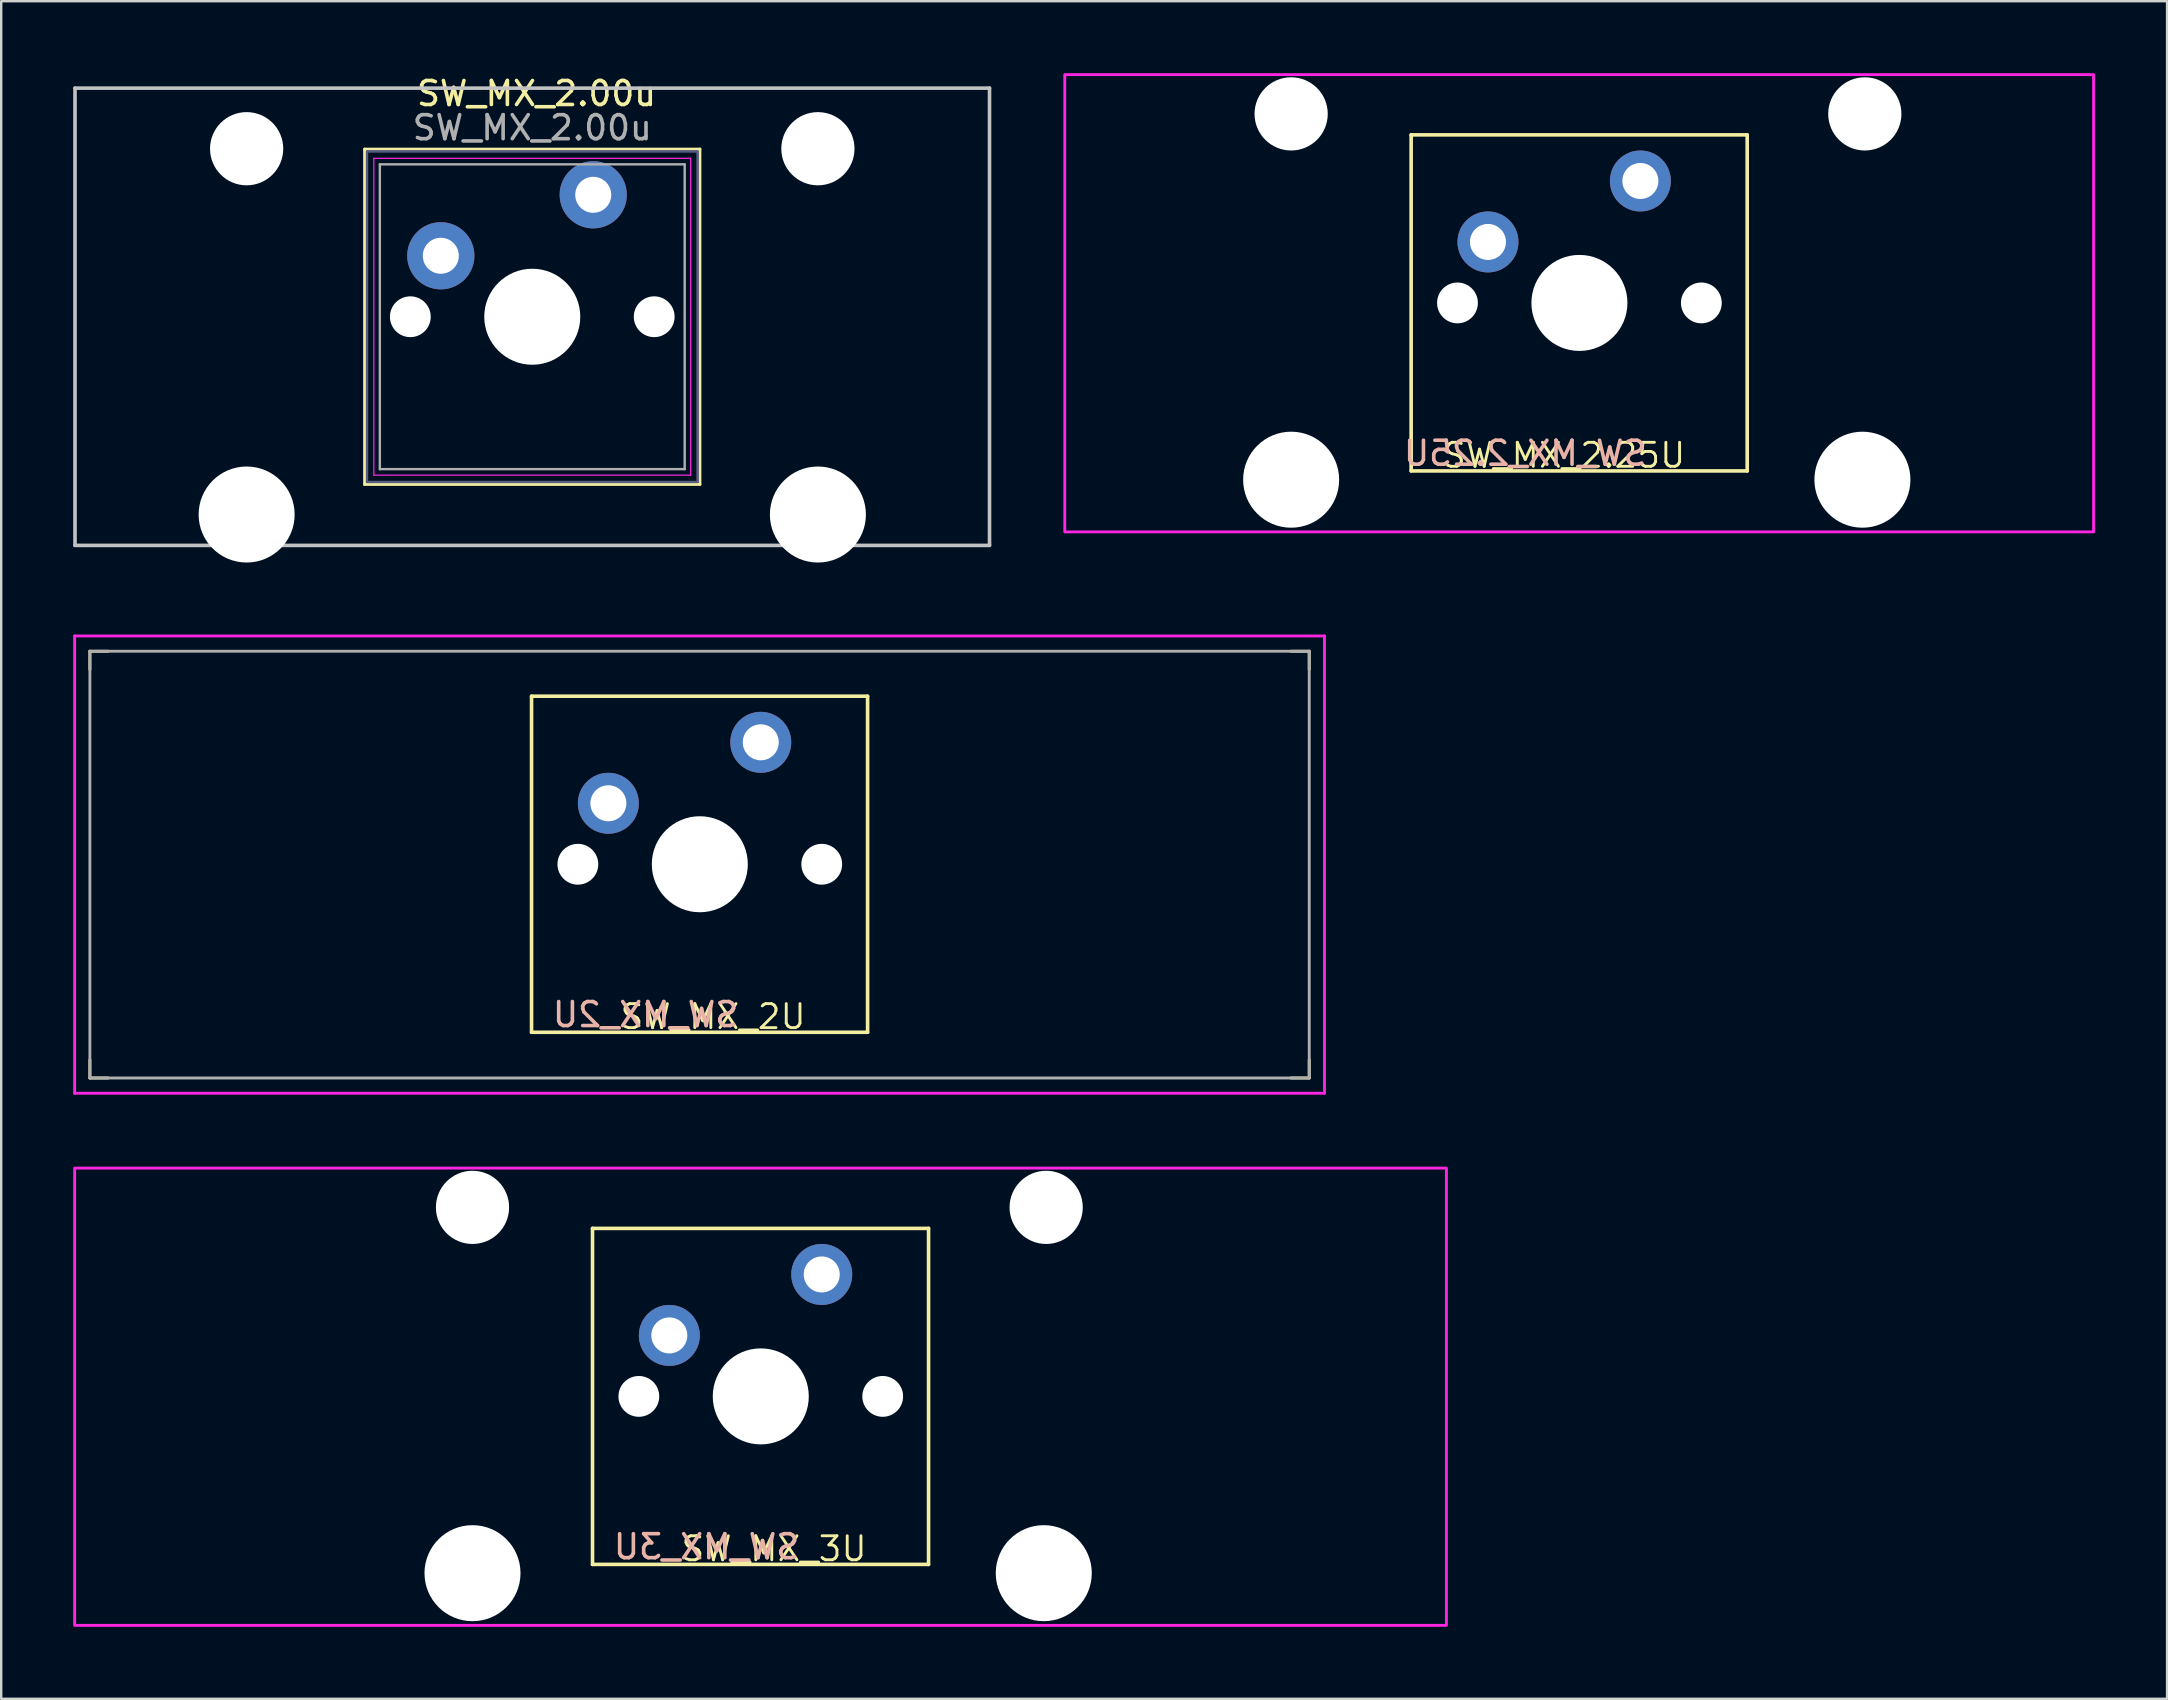
<source format=kicad_pcb>
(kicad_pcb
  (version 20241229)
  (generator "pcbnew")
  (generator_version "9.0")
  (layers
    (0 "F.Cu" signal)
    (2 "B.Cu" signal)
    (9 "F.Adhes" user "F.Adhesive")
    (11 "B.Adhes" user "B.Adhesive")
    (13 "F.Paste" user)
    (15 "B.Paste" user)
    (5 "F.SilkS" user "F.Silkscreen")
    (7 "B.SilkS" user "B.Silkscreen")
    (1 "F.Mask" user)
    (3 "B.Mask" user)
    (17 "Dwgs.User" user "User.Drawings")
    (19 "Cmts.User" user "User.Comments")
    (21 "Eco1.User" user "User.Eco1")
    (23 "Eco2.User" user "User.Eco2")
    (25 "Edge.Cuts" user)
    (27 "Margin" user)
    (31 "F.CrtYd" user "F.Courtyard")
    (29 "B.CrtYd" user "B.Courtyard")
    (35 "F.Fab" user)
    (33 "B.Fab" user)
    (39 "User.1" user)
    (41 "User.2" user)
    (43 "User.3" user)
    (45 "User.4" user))
  (footprint "SW_MX_2.00u"
    (layer "F.Cu")
    (at 21.665 5.066)
    (property "Reference" "SW_MX_2.00u" (at -2.363 -4.218 0) (layer "F.SilkS") (effects (font (size 1 1) (thickness 0.15))))
    (attr through_hole)
    (fp_line (start -9.525 -1.905) (end 4.445 -1.905) (stroke (width 0.12) (type solid)) (layer "F.SilkS"))
    (fp_line (start -9.525 12.065) (end -9.525 -1.905) (stroke (width 0.12) (type solid)) (layer "F.SilkS"))
    (fp_line (start 4.445 -1.905) (end 4.445 12.065) (stroke (width 0.12) (type solid)) (layer "F.SilkS"))
    (fp_line (start 4.445 12.065) (end -9.525 12.065) (stroke (width 0.12) (type solid)) (layer "F.SilkS"))
    (fp_line (start -21.59 -4.445) (end 16.51 -4.445) (stroke (width 0.15) (type solid)) (layer "Dwgs.User"))
    (fp_line (start -21.59 14.605) (end -21.59 -4.445) (stroke (width 0.15) (type solid)) (layer "Dwgs.User"))
    (fp_line (start 16.51 -4.445) (end 16.51 14.605) (stroke (width 0.15) (type solid)) (layer "Dwgs.User"))
    (fp_line (start 16.51 14.605) (end -21.59 14.605) (stroke (width 0.15) (type solid)) (layer "Dwgs.User"))
    (fp_line (start -9.14 -1.52) (end 4.06 -1.52) (stroke (width 0.05) (type solid)) (layer "F.CrtYd"))
    (fp_line (start -9.14 11.68) (end -9.14 -1.52) (stroke (width 0.05) (type solid)) (layer "F.CrtYd"))
    (fp_line (start 4.06 -1.52) (end 4.06 11.68) (stroke (width 0.05) (type solid)) (layer "F.CrtYd"))
    (fp_line (start 4.06 11.68) (end -9.14 11.68) (stroke (width 0.05) (type solid)) (layer "F.CrtYd"))
    (fp_rect (start -9.425 -1.805) (end 4.345 11.965) (stroke (width 0.1) (type default)) (fill no) (layer "B.Fab"))
    (fp_line (start -8.89 -1.27) (end 3.81 -1.27) (stroke (width 0.1) (type solid)) (layer "F.Fab"))
    (fp_line (start -8.89 11.43) (end -8.89 -1.27) (stroke (width 0.1) (type solid)) (layer "F.Fab"))
    (fp_line (start 3.81 -1.27) (end 3.81 11.43) (stroke (width 0.1) (type solid)) (layer "F.Fab"))
    (fp_line (start 3.81 11.43) (end -8.89 11.43) (stroke (width 0.1) (type solid)) (layer "F.Fab"))
    (fp_text user "${REFERENCE}" (at -2.54 -2.794 0) (layer "F.Fab") (effects (font (size 1 1) (thickness 0.15))))
    (pad "" np_thru_hole circle (at -14.44 -1.92) (size 3.05 3.05) (drill 3.05) (layers "*.Cu" "*.Mask"))
    (pad "" np_thru_hole circle (at -14.44 13.32) (size 4 4) (drill 4) (layers "*.Cu" "*.Mask"))
    (pad "" np_thru_hole circle (at -7.62 5.08) (size 1.7 1.7) (drill 1.7) (layers "*.Cu" "*.Mask"))
    (pad "" np_thru_hole circle (at -2.54 5.08) (size 4 4) (drill 4) (layers "*.Cu" "*.Mask"))
    (pad "" np_thru_hole circle (at 2.54 5.08) (size 1.7 1.7) (drill 1.7) (layers "*.Cu" "*.Mask"))
    (pad "" np_thru_hole circle (at 9.36 -1.92) (size 3.05 3.05) (drill 3.05) (layers "*.Cu" "*.Mask"))
    (pad "" np_thru_hole circle (at 9.36 13.32) (size 4 4) (drill 4) (layers "*.Cu" "*.Mask"))
    (pad "1" thru_hole circle (at 0 0) (size 2.8 2.8) (drill 1.5) (layers "*.Cu" "*.Mask"))
    (pad "2" thru_hole circle (at -6.35 2.54) (size 2.8 2.8) (drill 1.5) (layers "*.Cu" "*.Mask")))
  (footprint "SW_MX_3U"
    (layer "F.Cu")
    (at 28.635 55.141)
    (property "Reference" "SW_MX_3U" (at 4.5 5.75 0) (layer "F.SilkS") (effects (font (size 1 1) (thickness 0.12)) (justify right top)))
    (attr through_hole)
    (fp_circle (center -3.776 -2.59) (end -1.776 -2.59) (stroke (width 0.12) (type solid)) (fill yes) (layer "B.Mask"))
    (fp_circle (center 2.56 -5.095) (end 4.56 -5.095) (stroke (width 0.12) (type solid)) (fill yes) (layer "B.Mask"))
    (fp_line (start -7 -7.015) (end 7 -7.015) (stroke (width 0.15) (type solid)) (layer "F.SilkS"))
    (fp_line (start -7 6.985) (end -7 -7.015) (stroke (width 0.15) (type solid)) (layer "F.SilkS"))
    (fp_line (start 7 -7.015) (end 7 6.985) (stroke (width 0.15) (type solid)) (layer "F.SilkS"))
    (fp_line (start 7 6.985) (end -7 6.985) (stroke (width 0.15) (type solid)) (layer "F.SilkS"))
    (fp_rect (start 28.575 -9.525) (end -28.575 9.525) (stroke (width 0.12) (type solid)) (fill no) (layer "F.CrtYd"))
    (fp_text user "${REFERENCE}" (at -2.25 6.25 0) (unlocked yes) (layer "B.SilkS") (effects (font (size 1 1) (thickness 0.15)) (justify mirror)))
    (pad "" np_thru_hole circle (at -12 -7.89) (size 3.05 3.05) (drill 3.05) (layers "*.Cu" "*.Mask"))
    (pad "" np_thru_hole circle (at -12 7.35) (size 4 4) (drill 4) (layers "*.Cu" "*.Mask"))
    (pad "" np_thru_hole circle (at -5.07 -0.015) (size 1.7 1.7) (drill 1.7) (layers "*.Cu" "*.Mask"))
    (pad "" np_thru_hole circle (at 0.01 -0.015) (size 4 4) (drill 4) (layers "*.Cu" "*.Mask"))
    (pad "" np_thru_hole circle (at 5.09 -0.015) (size 1.7 1.7) (drill 1.7) (layers "*.Cu" "*.Mask"))
    (pad "" np_thru_hole circle (at 11.8 7.35) (size 4 4) (drill 4) (layers "*.Cu" "*.Mask"))
    (pad "" np_thru_hole circle (at 11.9 -7.89) (size 3.05 3.05) (drill 3.05) (layers "*.Cu" "*.Mask"))
    (pad "1" thru_hole circle (at 2.55 -5.095) (size 2.54 2.54) (drill 1.5) (layers "*.Cu" "*.Mask"))
    (pad "2" thru_hole circle (at -3.8 -2.555) (size 2.54 2.54) (drill 1.5) (layers "*.Cu" "*.Mask")))
  (footprint "SW_MX_2.25U"
    (layer "F.Cu")
    (at 62.741 9.585)
    (property "Reference" "SW_MX_2.25U" (at 4.5 5.75 0) (layer "F.SilkS") (effects (font (size 1 1) (thickness 0.12)) (justify right top)))
    (attr through_hole)
    (fp_circle (center -3.776 -2.59) (end -1.776 -2.59) (stroke (width 0.12) (type solid)) (fill yes) (layer "B.Mask"))
    (fp_circle (center 2.56 -5.095) (end 4.56 -5.095) (stroke (width 0.12) (type solid)) (fill yes) (layer "B.Mask"))
    (fp_line (start -7 -7.015) (end 7 -7.015) (stroke (width 0.15) (type solid)) (layer "F.SilkS"))
    (fp_line (start -7 6.985) (end -7 -7.015) (stroke (width 0.15) (type solid)) (layer "F.SilkS"))
    (fp_line (start 7 -7.015) (end 7 6.985) (stroke (width 0.15) (type solid)) (layer "F.SilkS"))
    (fp_line (start 7 6.985) (end -7 6.985) (stroke (width 0.15) (type solid)) (layer "F.SilkS"))
    (fp_rect (start 21.431 -9.525) (end -21.431 9.525) (stroke (width 0.12) (type solid)) (fill no) (layer "F.CrtYd"))
    (fp_text user "${REFERENCE}" (at -2.25 6.25 0) (unlocked yes) (layer "B.SilkS") (effects (font (size 1 1) (thickness 0.15)) (justify mirror)))
    (pad "" np_thru_hole circle (at -12 -7.89) (size 3.05 3.05) (drill 3.05) (layers "*.Cu" "*.Mask"))
    (pad "" np_thru_hole circle (at -12 7.35) (size 4 4) (drill 4) (layers "*.Cu" "*.Mask"))
    (pad "" np_thru_hole circle (at -5.07 -0.015) (size 1.7 1.7) (drill 1.7) (layers "*.Cu" "*.Mask"))
    (pad "" np_thru_hole circle (at 0.01 -0.015) (size 4 4) (drill 4) (layers "*.Cu" "*.Mask"))
    (pad "" np_thru_hole circle (at 5.09 -0.015) (size 1.7 1.7) (drill 1.7) (layers "*.Cu" "*.Mask"))
    (pad "" np_thru_hole circle (at 11.8 7.35) (size 4 4) (drill 4) (layers "*.Cu" "*.Mask"))
    (pad "" np_thru_hole circle (at 11.9 -7.89) (size 3.05 3.05) (drill 3.05) (layers "*.Cu" "*.Mask"))
    (pad "1" thru_hole circle (at 2.55 -5.095) (size 2.54 2.54) (drill 1.5) (layers "*.Cu" "*.Mask"))
    (pad "2" thru_hole circle (at -3.8 -2.555) (size 2.54 2.54) (drill 1.5) (layers "*.Cu" "*.Mask")))
  (footprint "SW_MX_2U"
    (layer "F.Cu")
    (at 26.095 32.971)
    (property "Reference" "SW_MX_2U" (at 4.5 5.75 0) (layer "F.SilkS") (effects (font (size 1 1) (thickness 0.12)) (justify right top)))
    (attr through_hole)
    (fp_circle (center -3.776 -2.59) (end -1.776 -2.59) (stroke (width 0.12) (type solid)) (fill yes) (layer "B.Mask"))
    (fp_circle (center 2.56 -5.095) (end 4.56 -5.095) (stroke (width 0.12) (type solid)) (fill yes) (layer "B.Mask"))
    (fp_line (start -25.4 -8.89) (end -24.638 -8.89) (stroke (width 0.12) (type solid)) (layer "F.SilkS"))
    (fp_line (start -25.4 -8.128) (end -25.4 -8.89) (stroke (width 0.12) (type solid)) (layer "F.SilkS"))
    (fp_line (start -25.4 8.128) (end -25.4 8.89) (stroke (width 0.12) (type solid)) (layer "F.SilkS"))
    (fp_line (start -25.4 8.89) (end -24.638 8.89) (stroke (width 0.12) (type solid)) (layer "F.SilkS"))
    (fp_line (start -7 -7.015) (end 7 -7.015) (stroke (width 0.15) (type solid)) (layer "F.SilkS"))
    (fp_line (start -7 6.985) (end -7 -7.015) (stroke (width 0.15) (type solid)) (layer "F.SilkS"))
    (fp_line (start 7 -7.015) (end 7 6.985) (stroke (width 0.15) (type solid)) (layer "F.SilkS"))
    (fp_line (start 7 6.985) (end -7 6.985) (stroke (width 0.15) (type solid)) (layer "F.SilkS"))
    (fp_line (start 24.638 8.89) (end 25.4 8.89) (stroke (width 0.12) (type solid)) (layer "F.SilkS"))
    (fp_line (start 25.4 -8.89) (end 24.638 -8.89) (stroke (width 0.12) (type solid)) (layer "F.SilkS"))
    (fp_line (start 25.4 -8.128) (end 25.4 -8.89) (stroke (width 0.12) (type solid)) (layer "F.SilkS"))
    (fp_line (start 25.4 8.89) (end 25.4 8.128) (stroke (width 0.12) (type solid)) (layer "F.SilkS"))
    (fp_line (start -26.035 -9.525) (end 26.035 -9.525) (stroke (width 0.12) (type solid)) (layer "F.CrtYd"))
    (fp_line (start -26.035 9.525) (end -26.035 -9.525) (stroke (width 0.12) (type solid)) (layer "F.CrtYd"))
    (fp_line (start 26.035 -9.525) (end 26.035 9.525) (stroke (width 0.12) (type solid)) (layer "F.CrtYd"))
    (fp_line (start 26.035 9.525) (end -26.035 9.525) (stroke (width 0.12) (type solid)) (layer "F.CrtYd"))
    (fp_line (start -25.4 -8.89) (end 25.4 -8.89) (stroke (width 0.12) (type solid)) (layer "F.Fab"))
    (fp_line (start -25.4 8.89) (end -25.4 -8.89) (stroke (width 0.12) (type solid)) (layer "F.Fab"))
    (fp_line (start 25.4 -8.89) (end 25.4 8.89) (stroke (width 0.12) (type solid)) (layer "F.Fab"))
    (fp_line (start 25.4 8.89) (end -25.4 8.89) (stroke (width 0.12) (type solid)) (layer "F.Fab"))
    (fp_text user "${REFERENCE}" (at -2.25 6.25 0) (unlocked yes) (layer "B.SilkS") (effects (font (size 1 1) (thickness 0.15)) (justify mirror)))
    (pad "" np_thru_hole circle (at -5.07 -0.015) (size 1.7 1.7) (drill 1.7) (layers "*.Cu" "*.Mask"))
    (pad "" np_thru_hole circle (at 0.01 -0.015) (size 4 4) (drill 4) (layers "*.Cu" "*.Mask"))
    (pad "" np_thru_hole circle (at 5.09 -0.015) (size 1.7 1.7) (drill 1.7) (layers "*.Cu" "*.Mask"))
    (pad "1" thru_hole circle (at 2.55 -5.095) (size 2.54 2.54) (drill 1.5) (layers "*.Cu" "*.Mask"))
    (pad "2" thru_hole circle (at -3.8 -2.555) (size 2.54 2.54) (drill 1.5) (layers "*.Cu" "*.Mask")))
  (gr_rect
    (start -3 -3)
    (end 87.233 67.726)
    (stroke (width 0.1) (type default))
    (fill no)
    (layer "Edge.Cuts")))
</source>
